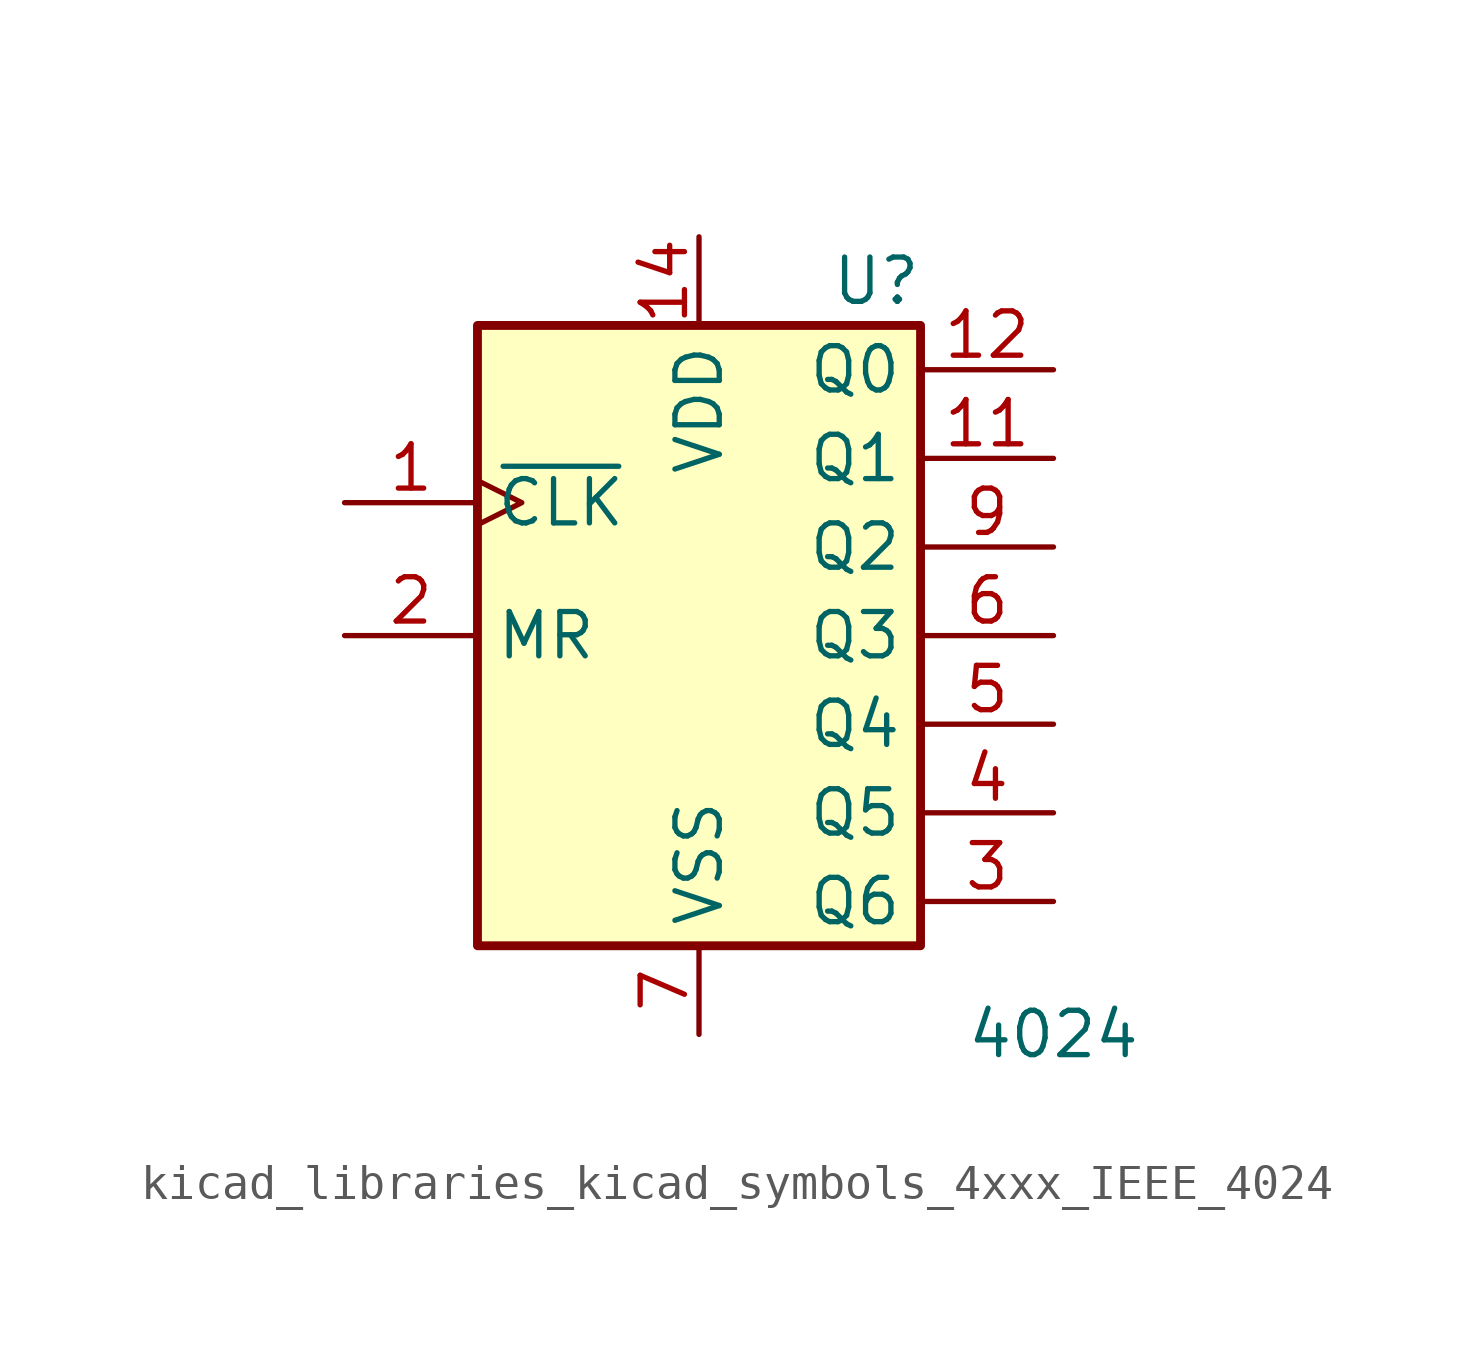
<source format=kicad_sym>
(kicad_symbol_lib
  (version 20220914)
  (generator kicad_symbol_editor)
  (symbol "kicad_libraries_kicad_symbols_4xxx_IEEE_4024"
    (property "Reference" "U"
      (at 5.08 11.43 0)
      (effects (font (size 1.27 1.27))))
    (property "Value" "4024"
      (at 10.16 -10.16 0)
      (effects (font (size 1.27 1.27))))
    (symbol "kicad_libraries_kicad_symbols_4xxx_IEEE_4024_0_0"
      (rectangle (start -6.35 10.16) (end 6.35 -7.62) (stroke (width 0.254) (type default)) (fill (type background)))
      (pin power_in line (at 0 12.7 270) (length 2.54) (name "VDD" (effects (font (size 1.27 1.27)))) (number "14" (effects (font (size 1.27 1.27)))))
      (pin power_in line (at 0 -10.16 90) (length 2.54) (name "VSS" (effects (font (size 1.27 1.27)))) (number "7" (effects (font (size 1.27 1.27))))))
    (symbol "kicad_libraries_kicad_symbols_4xxx_IEEE_4024_1_1"
      (pin input clock (at -10.16 5.08 0) (length 3.81) (name "~{CLK}" (effects (font (size 1.27 1.27)))) (number "1" (effects (font (size 1.27 1.27)))))
      (pin output line (at 10.16 6.35 180) (length 3.81) (name "Q1" (effects (font (size 1.27 1.27)))) (number "11" (effects (font (size 1.27 1.27)))))
      (pin output line (at 10.16 8.89 180) (length 3.81) (name "Q0" (effects (font (size 1.27 1.27)))) (number "12" (effects (font (size 1.27 1.27)))))
      (pin input line (at -10.16 1.27 0) (length 3.81) (name "MR" (effects (font (size 1.27 1.27)))) (number "2" (effects (font (size 1.27 1.27)))))
      (pin output line (at 10.16 -6.35 180) (length 3.81) (name "Q6" (effects (font (size 1.27 1.27)))) (number "3" (effects (font (size 1.27 1.27)))))
      (pin output line (at 10.16 -3.81 180) (length 3.81) (name "Q5" (effects (font (size 1.27 1.27)))) (number "4" (effects (font (size 1.27 1.27)))))
      (pin output line (at 10.16 -1.27 180) (length 3.81) (name "Q4" (effects (font (size 1.27 1.27)))) (number "5" (effects (font (size 1.27 1.27)))))
      (pin output line (at 10.16 1.27 180) (length 3.81) (name "Q3" (effects (font (size 1.27 1.27)))) (number "6" (effects (font (size 1.27 1.27)))))
      (pin output line (at 10.16 3.81 180) (length 3.81) (name "Q2" (effects (font (size 1.27 1.27)))) (number "9" (effects (font (size 1.27 1.27))))))))
</source>
